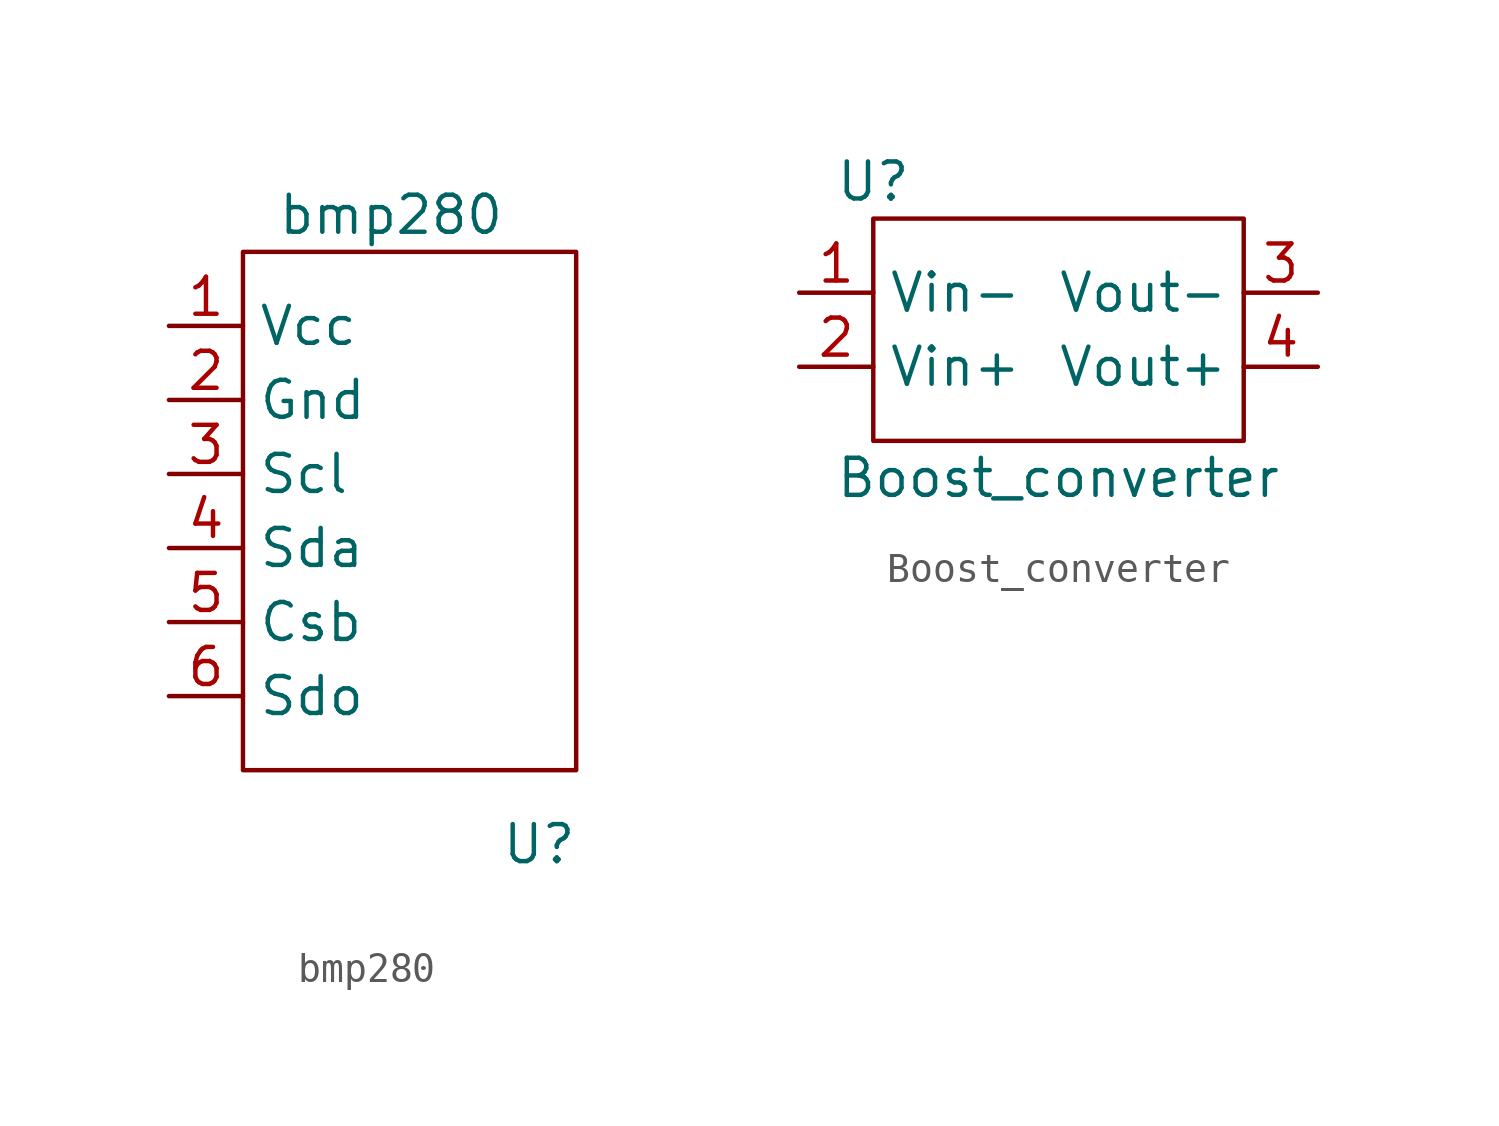
<source format=kicad_sym>
(kicad_symbol_lib
  (version 20211014)
  (generator kicad_symbol_editor)
  (symbol "bmp280"
    (property "Reference" "U"
      (at 6.35 -11.43 0)
      (effects (font (size 1.27 1.27))))
    (property "Value" "bmp280"
      (at 1.27 10.16 0)
      (effects (font (size 1.27 1.27))))
    (symbol "bmp280_0_1"
      (rectangle (start -3.81 8.89) (end 7.62 -8.89) (stroke (width 0) (type default) (color 0 0 0 0)) (fill (type none))))
    (symbol "bmp280_1_1"
      (pin input line (at -6.35 6.35 0) (length 2.54) (name "Vcc" (effects (font (size 1.27 1.27)))) (number "1" (effects (font (size 1.27 1.27)))))
      (pin input line (at -6.35 3.81 0) (length 2.54) (name "Gnd" (effects (font (size 1.27 1.27)))) (number "2" (effects (font (size 1.27 1.27)))))
      (pin input line (at -6.35 1.27 0) (length 2.54) (name "Scl" (effects (font (size 1.27 1.27)))) (number "3" (effects (font (size 1.27 1.27)))))
      (pin input line (at -6.35 -1.27 0) (length 2.54) (name "Sda" (effects (font (size 1.27 1.27)))) (number "4" (effects (font (size 1.27 1.27)))))
      (pin input line (at -6.35 -3.81 0) (length 2.54) (name "Csb" (effects (font (size 1.27 1.27)))) (number "5" (effects (font (size 1.27 1.27)))))
      (pin input line (at -6.35 -6.35 0) (length 2.54) (name "Sdo" (effects (font (size 1.27 1.27)))) (number "6" (effects (font (size 1.27 1.27)))))))
  (symbol "Boost_converter"
    (property "Reference" "U"
      (at -6.35 5.08 0)
      (effects (font (size 1.27 1.27))))
    (property "Value" "Boost_converter"
      (at 0 -5.08 0)
      (effects (font (size 1.27 1.27))))
    (symbol "Boost_converter_0_1"
      (rectangle (start -6.35 3.81) (end 6.35 -3.81) (stroke (width 0) (type default) (color 0 0 0 0)) (fill (type none))))
    (symbol "Boost_converter_1_1"
      (pin input line (at -8.89 1.27 0) (length 2.54) (name "Vin-" (effects (font (size 1.27 1.27)))) (number "1" (effects (font (size 1.27 1.27)))))
      (pin input line (at -8.89 -1.27 0) (length 2.54) (name "Vin+" (effects (font (size 1.27 1.27)))) (number "2" (effects (font (size 1.27 1.27)))))
      (pin input line (at 8.89 1.27 180) (length 2.54) (name "Vout-" (effects (font (size 1.27 1.27)))) (number "3" (effects (font (size 1.27 1.27)))))
      (pin input line (at 8.89 -1.27 180) (length 2.54) (name "Vout+" (effects (font (size 1.27 1.27)))) (number "4" (effects (font (size 1.27 1.27))))))))
</source>
